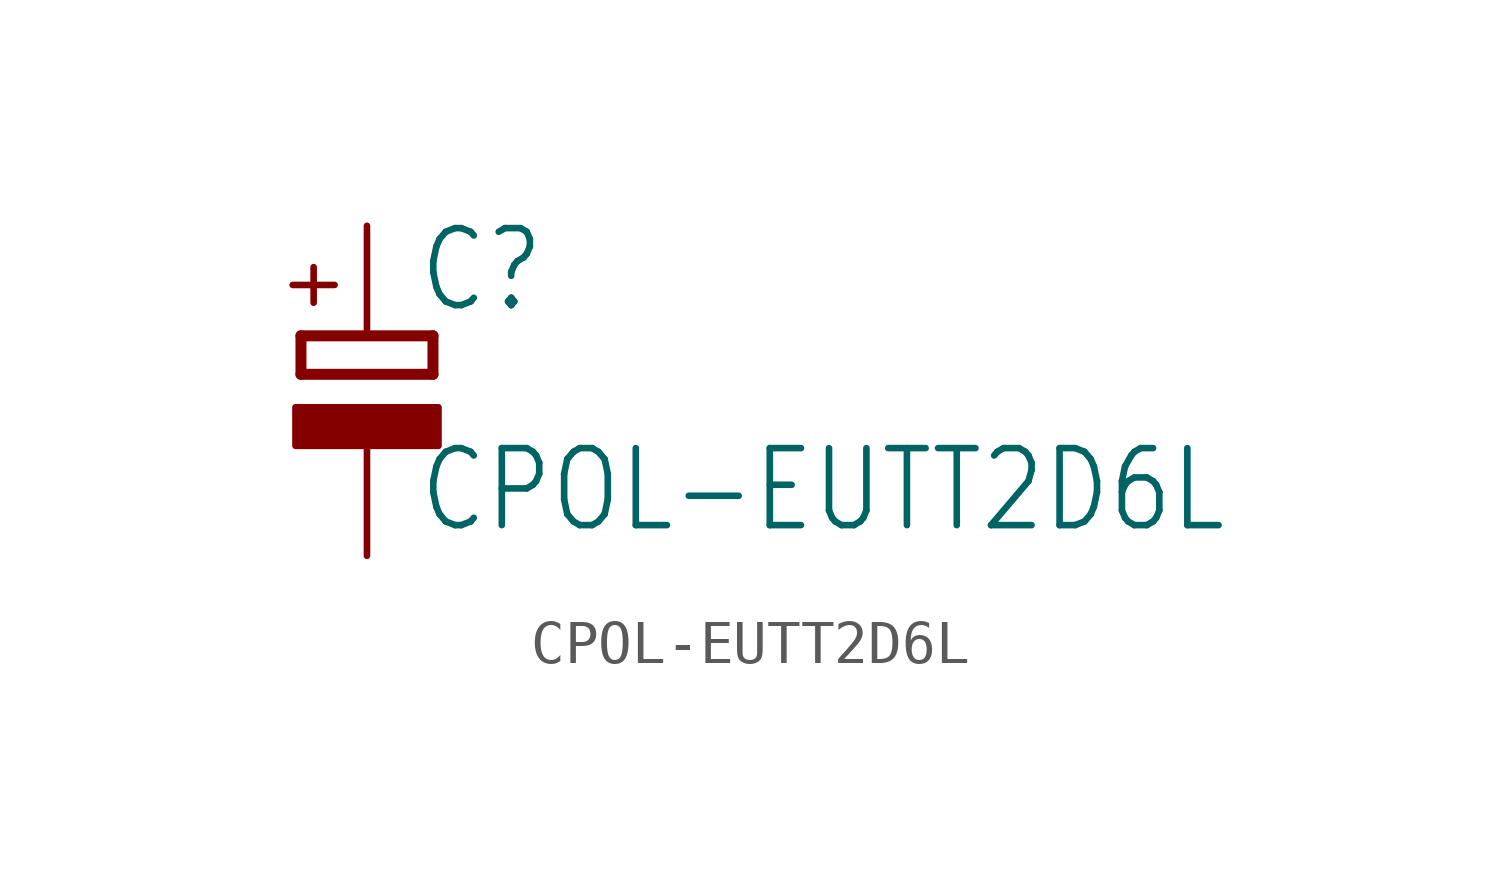
<source format=kicad_sym>
(kicad_symbol_lib
  (version 20220914)
  (generator kicad_symbol_editor)
  (symbol "CPOL-EUTT2D6L"
    (property "Reference" "C"
      (at 1.143 0.483 0)
      (effects (font (size 1.778 1.511)) (justify left bottom)))
    (property "Value" "CPOL-EUTT2D6L"
      (at 1.143 -4.597 0)
      (effects (font (size 1.778 1.511)) (justify left bottom)))
    (property "ki_locked" ""
      (at 0 0 0)
      (effects (font (size 1.27 1.27))))
    (symbol "CPOL-EUTT2D6L_1_0"
      (rectangle (start -1.651 -2.54) (end 1.651 -1.651) (stroke (width 0) (type default)) (fill (type outline)))
      (polyline (pts (xy -1.524 -0.889) (xy 1.524 -0.889)) (stroke (width 0.254) (type default)) (fill (type none)))
      (polyline (pts (xy -1.524 0) (xy -1.524 -0.889)) (stroke (width 0.254) (type default)) (fill (type none)))
      (polyline (pts (xy -1.524 0) (xy 1.524 0)) (stroke (width 0.254) (type default)) (fill (type none)))
      (polyline (pts (xy 1.524 -0.889) (xy 1.524 0)) (stroke (width 0.254) (type default)) (fill (type none)))
      (text "+" (at -0.584 0.406 900) (effects (font (size 1.27 1.079)) (justify left bottom)))
      (pin passive line (at 0 2.54 270) (length 2.54) (name "+" (effects (font (size 0 0)))) (number "+" (effects (font (size 0 0)))))
      (pin passive line (at 0 -5.08 90) (length 2.54) (name "-" (effects (font (size 0 0)))) (number "-" (effects (font (size 0 0))))))))
</source>
